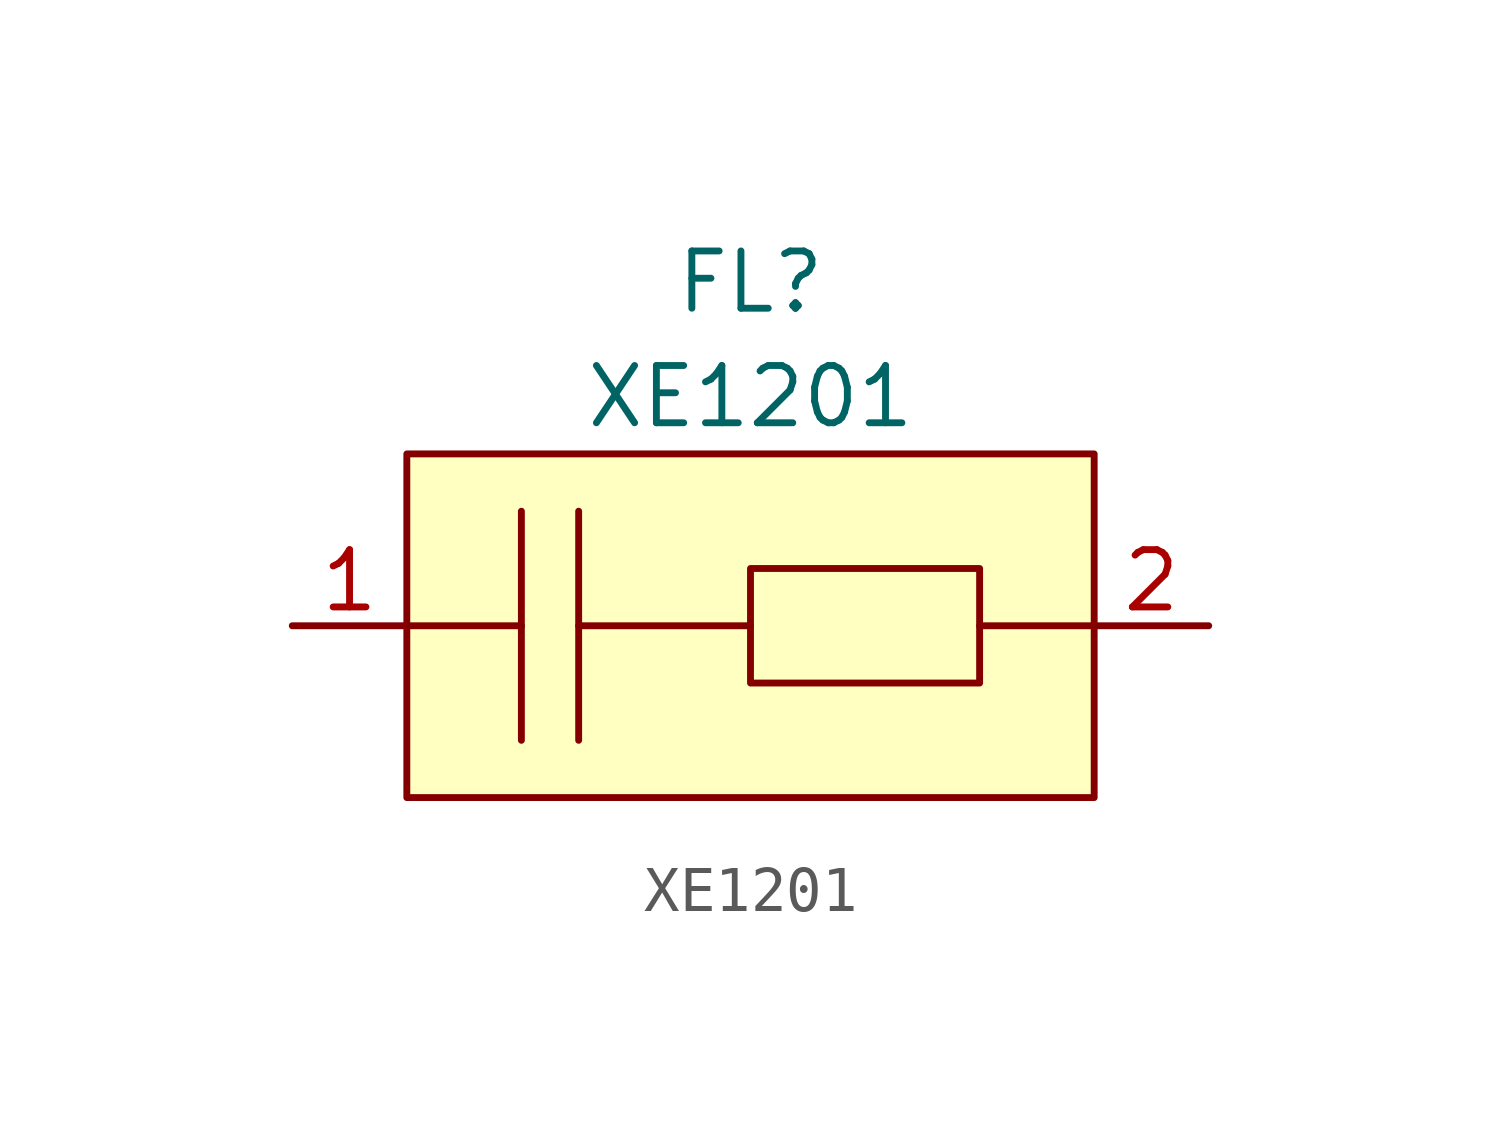
<source format=kicad_sym>
(kicad_symbol_lib
  (version 20211014)
  (generator kicad_symbol_editor)
  (symbol "XE1201"
    (pin_names
      (offset 1.016) hide)
    (property "Reference" "FL"
      (at 0 7.62 0)
      (effects (font (size 1.27 1.27))))
    (property "Value" "XE1201"
      (at 0 5.08 0)
      (effects (font (size 1.27 1.27))))
    (symbol "XE1201_0_1"
      (rectangle (start -7.62 3.81) (end 7.62 -3.81) (stroke (width 0) (type default) (color 0 0 0 0)) (fill (type background)))
      (polyline (pts (xy -7.62 0) (xy -5.08 0)) (stroke (width 0) (type default) (color 0 0 0 0)) (fill (type none)))
      (polyline (pts (xy -5.08 2.54) (xy -5.08 -2.54)) (stroke (width 0) (type default) (color 0 0 0 0)) (fill (type none)))
      (polyline (pts (xy -3.81 0) (xy 0 0)) (stroke (width 0) (type default) (color 0 0 0 0)) (fill (type none)))
      (polyline (pts (xy 5.08 0) (xy 7.62 0)) (stroke (width 0) (type default) (color 0 0 0 0)) (fill (type none)))
      (polyline (pts (xy -3.81 2.54) (xy -3.81 0) (xy -3.81 -2.54)) (stroke (width 0) (type default) (color 0 0 0 0)) (fill (type none)))
      (polyline (pts (xy 5.08 0) (xy 5.08 1.27) (xy 0 1.27) (xy 0 -1.27) (xy 5.08 -1.27) (xy 5.08 0)) (stroke (width 0) (type default) (color 0 0 0 0)) (fill (type none))))
    (symbol "XE1201_1_1"
      (pin passive line (at -10.16 0 0) (length 2.54) (name "1" (effects (font (size 1.27 1.27)))) (number "1" (effects (font (size 1.27 1.27)))))
      (pin passive line (at 10.16 0 180) (length 2.54) (name "2" (effects (font (size 1.27 1.27)))) (number "2" (effects (font (size 1.27 1.27))))))))
</source>
